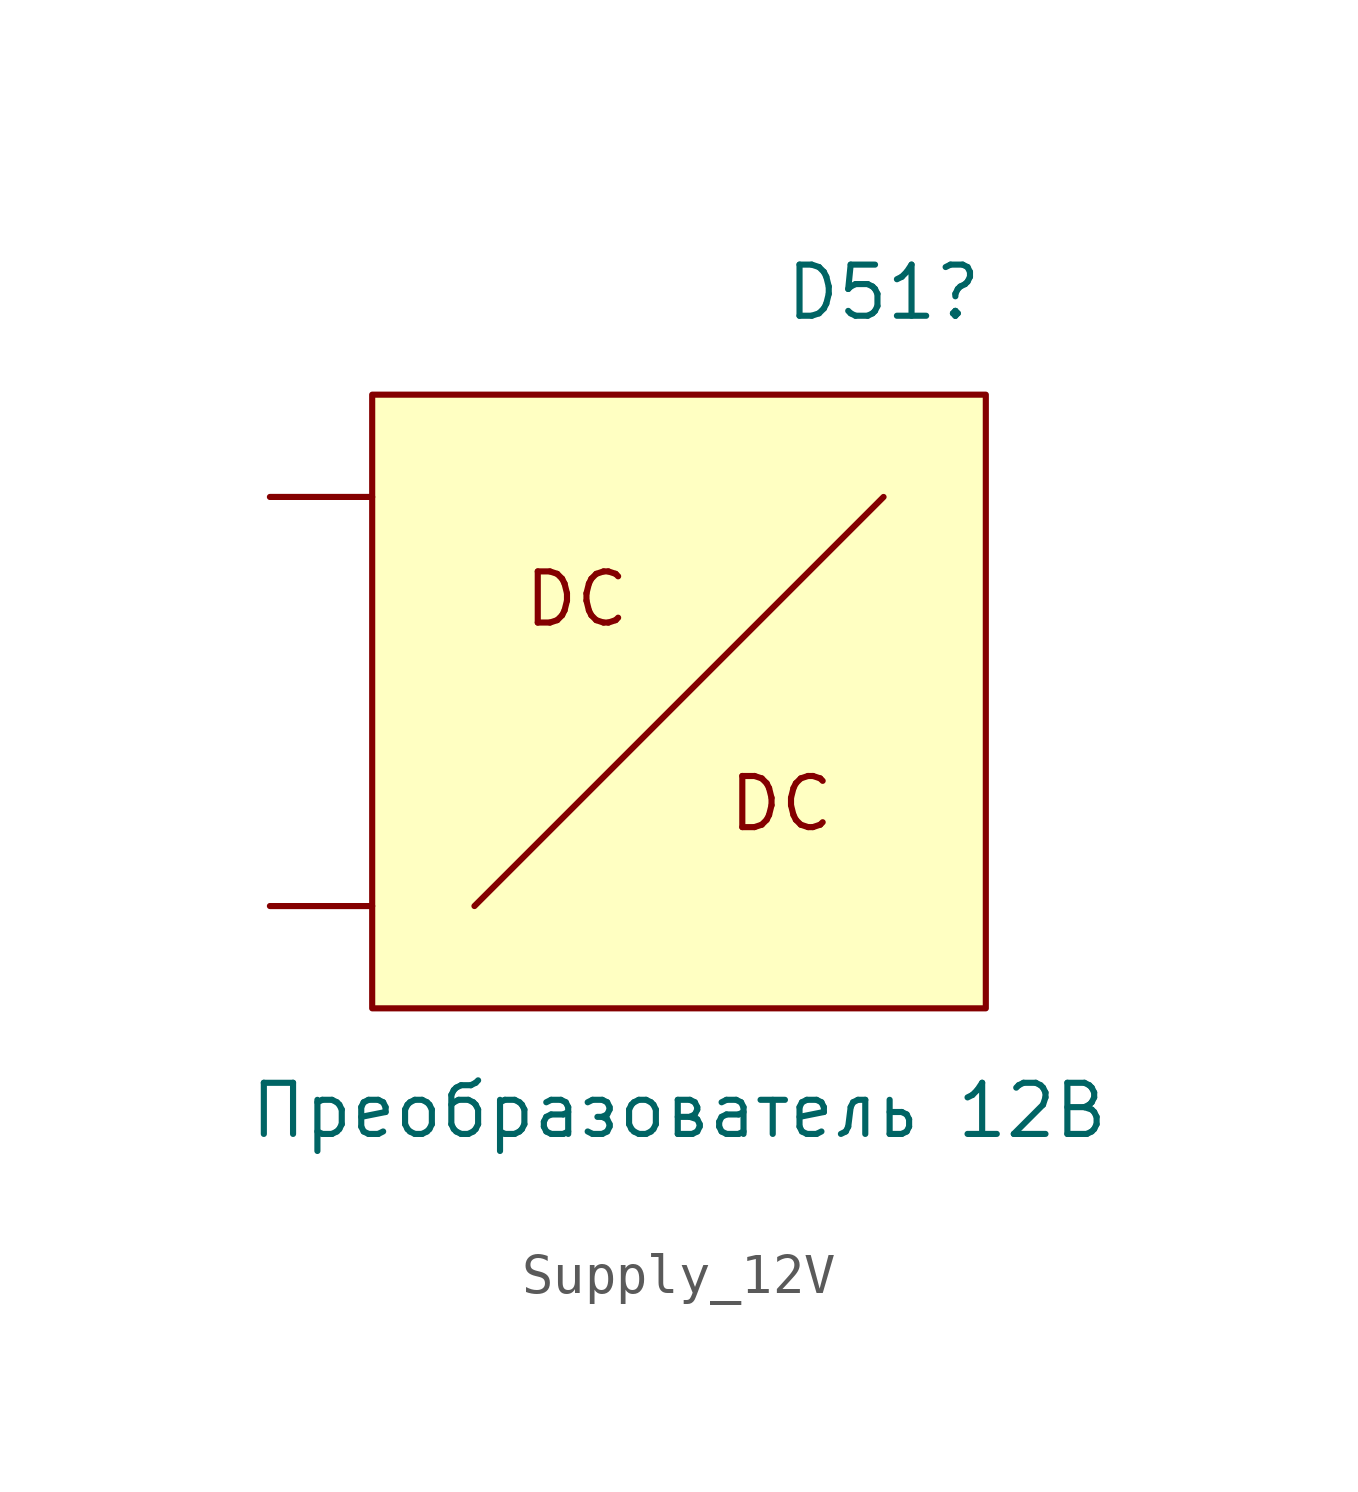
<source format=kicad_sym>
(kicad_symbol_lib
  (version 20211014)
  (generator kicad_symbol_editor)
  (symbol "Supply_12V"
    (property "Reference" "D51"
      (at 5.08 10.16 0)
      (effects (font (size 1.27 1.27))))
    (property "Value" "Преобразователь 12В"
      (at 0 -10.16 0)
      (effects (font (size 1.27 1.27))))
    (symbol "Supply_12V_0_0"
      (polyline (pts (xy 5.08 5.08) (xy -5.08 -5.08)) (stroke (width 0) (type default) (color 0 0 0 0)) (fill (type none)))
      (text "DC" (at -2.54 2.54 0) (effects (font (size 1.27 1.27))))
      (text "DC" (at 2.54 -2.54 0) (effects (font (size 1.27 1.27)))))
    (symbol "Supply_12V_0_1"
      (rectangle (start -7.62 7.62) (end 7.62 -7.62) (stroke (width 0) (type default) (color 0 0 0 0)) (fill (type background))))
    (symbol "Supply_12V_1_1"
      (pin input line (at -10.16 -5.08 0) (length 2.54) (name "" (effects (font (size 1.27 1.27)))) (number "" (effects (font (size 1.27 1.27)))))
      (pin input line (at -10.16 5.08 0) (length 2.54) (name "" (effects (font (size 1.27 1.27)))) (number "" (effects (font (size 1.27 1.27))))))))
</source>
